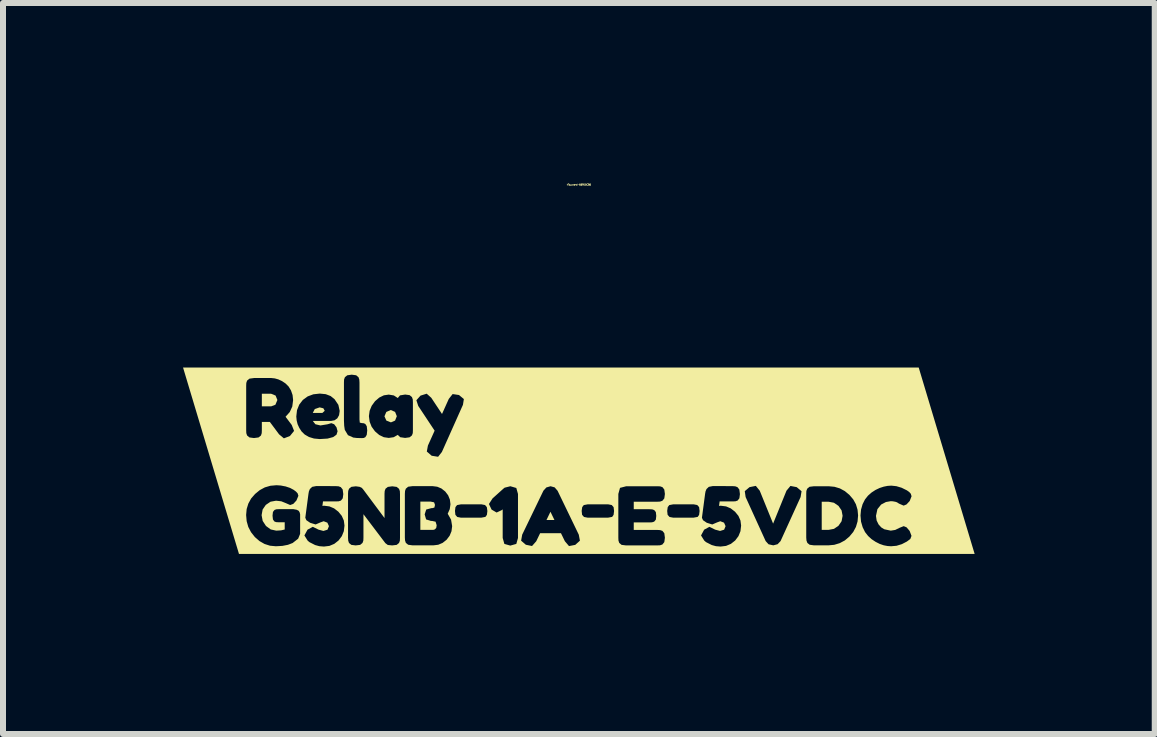
<source format=kicad_pcb>
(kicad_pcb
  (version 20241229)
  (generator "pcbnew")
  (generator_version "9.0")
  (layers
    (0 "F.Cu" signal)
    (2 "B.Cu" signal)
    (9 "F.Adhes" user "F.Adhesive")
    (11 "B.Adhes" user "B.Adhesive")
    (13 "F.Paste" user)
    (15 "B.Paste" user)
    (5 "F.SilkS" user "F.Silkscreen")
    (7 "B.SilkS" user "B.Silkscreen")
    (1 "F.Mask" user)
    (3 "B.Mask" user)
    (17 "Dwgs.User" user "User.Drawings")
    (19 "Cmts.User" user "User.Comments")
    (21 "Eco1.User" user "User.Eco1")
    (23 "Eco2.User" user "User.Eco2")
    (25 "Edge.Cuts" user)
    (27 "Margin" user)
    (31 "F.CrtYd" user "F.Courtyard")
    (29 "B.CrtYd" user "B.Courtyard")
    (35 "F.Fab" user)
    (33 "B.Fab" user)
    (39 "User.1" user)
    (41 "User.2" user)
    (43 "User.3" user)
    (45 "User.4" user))
  (footprint "kibuzzard-66915CB6"
    (layer "F.Cu")
    (at 6.595 4.627)
    (property "Reference" "kibuzzard-66915CB6" (at 0 -4.601 0) (layer "F.SilkS") (effects (font (size 0.025 0.025) (thickness 0.15))))
    (attr board_only exclude_from_pos_files exclude_from_bom)
    (fp_poly (pts (xy -0.473 0.85) (xy -0.539 0.987) (xy -0.407 0.987) (xy -0.473 0.85)) (stroke (width 0) (type solid)) (fill yes) (layer "F.SilkS"))
    (fp_poly (pts (xy -4.433 -0.797) (xy -4.273 -0.797) (xy -4.234 -0.832) (xy -4.257 -0.874) (xy -4.319 -0.889) (xy -4.4 -0.861) (xy -4.433 -0.797)) (stroke (width 0) (type solid)) (fill yes) (layer "F.SilkS"))
    (fp_poly (pts (xy -5.282 -0.907) (xy -5.124 -0.907) (xy -5.056 -0.933) (xy -5.023 -1.012) (xy -5.053 -1.086) (xy -5.127 -1.116) (xy -5.282 -1.116) (xy -5.282 -0.907)) (stroke (width 0) (type solid)) (fill yes) (layer "F.SilkS"))
    (fp_poly (pts (xy -3.131 -0.639) (xy -3.062 -0.669) (xy -3.033 -0.742) (xy -3.062 -0.814) (xy -3.134 -0.845) (xy -3.208 -0.813) (xy -3.239 -0.74) (xy -3.207 -0.669) (xy -3.131 -0.639)) (stroke (width 0) (type solid)) (fill yes) (layer "F.SilkS"))
    (fp_poly (pts (xy 4.047 1.152) (xy 4.161 1.152) (xy 4.251 1.135) (xy 4.326 1.084) (xy 4.378 1.008) (xy 4.395 0.918) (xy 4.378 0.828) (xy 4.326 0.752) (xy 4.25 0.7) (xy 4.16 0.683) (xy 4.047 0.683) (xy 4.047 1.152)) (stroke (width 0) (type solid)) (fill yes) (layer "F.SilkS"))
    (fp_poly (pts (xy -2.641 1.152) (xy -2.439 1.152) (xy -2.419 1.151) (xy -2.398 1.143) (xy -2.376 1.119) (xy -2.369 1.075) (xy -2.387 1.016) (xy -2.446 1.003) (xy -2.464 1.003) (xy -2.545 0.978) (xy -2.569 0.894) (xy -2.543 0.813) (xy -2.457 0.79) (xy -2.441 0.79) (xy -2.407 0.78) (xy -2.397 0.736) (xy -2.412 0.693) (xy -2.47 0.681) (xy -2.641 0.681) (xy -2.641 1.152)) (stroke (width 0) (type solid)) (fill yes) (layer "F.SilkS"))
    (fp_poly (pts (xy -5.544 -1.553) (xy -5.663 -1.553) (xy -6.595 -1.553) (xy -5.663 1.553) (xy -5.544 1.553) (xy -5.048 1.553) (xy -5.048 1.425) (xy -5.146 1.416) (xy -5.237 1.387) (xy -5.321 1.339) (xy -5.398 1.272) (xy -5.462 1.191) (xy -5.508 1.103) (xy -5.535 1.007) (xy -5.544 0.904) (xy -5.535 0.805) (xy -5.507 0.714) (xy -5.461 0.63) (xy -5.395 0.554) (xy -5.317 0.49) (xy -5.232 0.444) (xy -5.139 0.417) (xy -5.038 0.408) (xy -4.965 0.413) (xy -4.915 0.423) (xy -4.915 -0.373) (xy -4.995 -0.44) (xy -5.149 -0.647) (xy -5.282 -0.647) (xy -5.282 -0.508) (xy -5.284 -0.459) (xy -5.297 -0.42) (xy -5.337 -0.388) (xy -5.413 -0.378) (xy -5.488 -0.388) (xy -5.528 -0.421) (xy -5.541 -0.46) (xy -5.543 -0.51) (xy -5.543 -1.248) (xy -5.541 -1.296) (xy -5.528 -1.335) (xy -5.488 -1.368) (xy -5.412 -1.378) (xy -5.124 -1.378) (xy -5.066 -1.372) (xy -5.006 -1.355) (xy -4.946 -1.327) (xy -4.889 -1.289) (xy -4.838 -1.239) (xy -4.797 -1.173) (xy -4.77 -1.095) (xy -4.761 -1.01) (xy -4.775 -0.903) (xy -4.817 -0.811) (xy -4.887 -0.733) (xy -4.784 -0.596) (xy -4.745 -0.497) (xy -4.814 -0.412) (xy -4.915 -0.373) (xy -4.915 0.423) (xy -4.887 0.428) (xy -4.812 0.453) (xy -4.752 0.485) (xy -4.713 0.514) (xy -4.686 0.543) (xy -4.673 0.584) (xy -4.706 0.663) (xy -4.758 0.719) (xy -4.81 0.738) (xy -4.886 0.705) (xy -4.958 0.676) (xy -5.045 0.666) (xy -5.138 0.683) (xy -5.216 0.736) (xy -5.269 0.813) (xy -5.286 0.907) (xy -5.268 1.003) (xy -5.213 1.087) (xy -5.134 1.145) (xy -5.042 1.165) (xy -4.961 1.16) (xy -4.901 1.146) (xy -4.901 1.025) (xy -5.006 1.025) (xy -5.044 1.023) (xy -5.073 1.012) (xy -5.097 0.979) (xy -5.104 0.915) (xy -5.097 0.853) (xy -5.071 0.82) (xy -5.04 0.809) (xy -5.002 0.807) (xy -4.755 0.807) (xy -4.701 0.817) (xy -4.667 0.835) (xy -4.651 0.863) (xy -4.644 0.894) (xy -4.644 0.929) (xy -4.644 1.218) (xy -4.677 1.299) (xy -4.769 1.371) (xy -4.847 1.401) (xy -4.94 1.419) (xy -5.048 1.425) (xy -5.048 1.553) (xy -4.247 1.553) (xy -4.247 1.43) (xy -4.324 1.424) (xy -4.394 1.405) (xy -4.49 1.356) (xy -4.519 1.331) (xy -4.573 1.245) (xy -4.521 1.149) (xy -4.433 1.101) (xy -4.338 1.148) (xy -4.256 1.17) (xy -4.188 1.149) (xy -4.164 1.09) (xy -4.19 1.032) (xy -4.252 1.008) (xy -4.307 1.028) (xy -4.386 1.062) (xy -4.477 1.034) (xy -4.54 0.991) (xy -4.558 0.95) (xy -4.505 0.55) (xy -4.498 0.511) (xy -4.482 0.472) (xy -4.443 0.435) (xy -4.376 0.422) (xy -4.317 0.422) (xy -4.317 -0.361) (xy -4.413 -0.37) (xy -4.498 -0.396) (xy -4.568 -0.437) (xy -4.62 -0.488) (xy -4.658 -0.547) (xy -4.686 -0.608) (xy -4.702 -0.672) (xy -4.708 -0.737) (xy -4.696 -0.843) (xy -4.659 -0.935) (xy -4.599 -1.013) (xy -4.518 -1.072) (xy -4.424 -1.107) (xy -4.316 -1.119) (xy -4.217 -1.109) (xy -4.136 -1.078) (xy -4.071 -1.026) (xy -4.007 -0.931) (xy -3.985 -0.83) (xy -3.995 -0.759) (xy -4.025 -0.706) (xy -4.07 -0.674) (xy -4.129 -0.663) (xy -4.433 -0.663) (xy -4.39 -0.608) (xy -4.306 -0.588) (xy -4.19 -0.607) (xy -4.124 -0.626) (xy -4.077 -0.608) (xy -4.038 -0.557) (xy -4.02 -0.491) (xy -4.038 -0.434) (xy -4.094 -0.394) (xy -4.187 -0.369) (xy -4.317 -0.361) (xy -4.317 0.422) (xy -4.053 0.423) (xy -4.004 0.426) (xy -3.966 0.44) (xy -3.935 0.479) (xy -3.925 0.556) (xy -3.934 0.626) (xy -3.964 0.664) (xy -4.001 0.676) (xy -4.046 0.678) (xy -4.263 0.678) (xy -4.273 0.753) (xy -4.249 0.75) (xy -4.242 0.75) (xy -4.156 0.761) (xy -4.078 0.794) (xy -4.006 0.85) (xy -3.95 0.919) (xy -3.916 0.996) (xy -3.905 1.08) (xy -3.916 1.174) (xy -3.949 1.256) (xy -4.004 1.329) (xy -4.075 1.385) (xy -4.156 1.419) (xy -4.247 1.43) (xy -4.247 1.553) (xy -3.719 1.553) (xy -3.719 1.411) (xy -3.791 1.402) (xy -3.83 1.37) (xy -3.843 1.331) (xy -3.846 1.282) (xy -3.846 0.55) (xy -3.843 0.503) (xy -3.829 0.466) (xy -3.79 0.435) (xy -3.716 0.426) (xy -3.652 0.435) (xy -3.618 0.451) (xy -3.618 -0.377) (xy -3.698 -0.379) (xy -3.758 -0.386) (xy -3.847 -0.426) (xy -3.9 -0.515) (xy -3.91 -0.583) (xy -3.914 -0.67) (xy -3.914 -1.304) (xy -3.912 -1.353) (xy -3.898 -1.392) (xy -3.858 -1.424) (xy -3.784 -1.434) (xy -3.71 -1.424) (xy -3.671 -1.391) (xy -3.658 -1.351) (xy -3.655 -1.302) (xy -3.655 -0.686) (xy -3.65 -0.635) (xy -3.616 -0.627) (xy -3.586 -0.625) (xy -3.558 -0.613) (xy -3.534 -0.576) (xy -3.526 -0.505) (xy -3.534 -0.431) (xy -3.558 -0.392) (xy -3.586 -0.379) (xy -3.618 -0.377) (xy -3.618 0.451) (xy -3.616 0.452) (xy -3.591 0.481) (xy -3.238 0.955) (xy -3.238 0.55) (xy -3.235 0.504) (xy -3.221 0.466) (xy -3.182 0.436) (xy -3.109 0.426) (xy -3.035 0.436) (xy -2.996 0.468) (xy -2.982 0.507) (xy -2.98 0.556) (xy -2.98 1.283) (xy -2.982 1.332) (xy -2.996 1.37) (xy -3.035 1.402) (xy -3.11 1.411) (xy -3.183 1.404) (xy -3.224 1.373) (xy -3.589 0.891) (xy -3.589 1.283) (xy -3.591 1.332) (xy -3.605 1.37) (xy -3.644 1.402) (xy -3.719 1.411) (xy -3.719 1.553) (xy -2.77 1.553) (xy -2.77 1.41) (xy -2.844 1.4) (xy -2.883 1.368) (xy -2.896 1.328) (xy -2.899 1.279) (xy -2.899 0.552) (xy -2.896 0.504) (xy -2.895 0.501) (xy -2.895 -0.38) (xy -2.977 -0.392) (xy -3.017 -0.431) (xy -3.085 -0.392) (xy -3.167 -0.38) (xy -3.25 -0.392) (xy -3.326 -0.429) (xy -3.397 -0.49) (xy -3.453 -0.567) (xy -3.486 -0.651) (xy -3.498 -0.743) (xy -3.486 -0.832) (xy -3.452 -0.915) (xy -3.396 -0.992) (xy -3.325 -1.053) (xy -3.249 -1.09) (xy -3.167 -1.102) (xy -3.083 -1.088) (xy -3.017 -1.045) (xy -2.98 -1.089) (xy -2.894 -1.103) (xy -2.82 -1.093) (xy -2.781 -1.061) (xy -2.767 -1.021) (xy -2.765 -0.973) (xy -2.765 -0.508) (xy -2.767 -0.46) (xy -2.781 -0.422) (xy -2.821 -0.39) (xy -2.895 -0.38) (xy -2.895 0.501) (xy -2.883 0.466) (xy -2.844 0.433) (xy -2.769 0.423) (xy -2.439 0.423) (xy -2.36 0.433) (xy -2.345 0.439) (xy -2.345 -0.066) (xy -2.452 -0.083) (xy -2.533 -0.153) (xy -2.515 -0.252) (xy -2.403 -0.501) (xy -2.676 -0.913) (xy -2.707 -1.008) (xy -2.638 -1.085) (xy -2.535 -1.117) (xy -2.459 -1.049) (xy -2.28 -0.779) (xy -2.167 -1.03) (xy -2.103 -1.111) (xy -1.997 -1.095) (xy -1.916 -1.028) (xy -1.931 -0.932) (xy -2.282 -0.146) (xy -2.345 -0.066) (xy -2.345 0.439) (xy -2.289 0.463) (xy -2.226 0.513) (xy -2.178 0.576) (xy -2.149 0.647) (xy -2.139 0.725) (xy -2.151 0.807) (xy -2.185 0.883) (xy -2.129 0.982) (xy -2.111 1.09) (xy -2.122 1.175) (xy -2.153 1.25) (xy -2.204 1.317) (xy -2.27 1.369) (xy -2.343 1.4) (xy -2.425 1.41) (xy -2.77 1.41) (xy -2.77 1.553) (xy -1.627 1.553) (xy -1.627 0.949) (xy -1.963 0.949) (xy -2.026 0.937) (xy -2.057 0.901) (xy -2.064 0.836) (xy -2.056 0.773) (xy -2.029 0.739) (xy -1.961 0.726) (xy -1.626 0.726) (xy -1.563 0.738) (xy -1.533 0.773) (xy -1.524 0.838) (xy -1.532 0.902) (xy -1.557 0.936) (xy -1.627 0.949) (xy -1.627 1.553) (xy -1.142 1.553) (xy -1.142 1.414) (xy -1.241 1.386) (xy -1.269 1.286) (xy -1.269 0.81) (xy -1.283 0.822) (xy -1.37 0.863) (xy -1.454 0.814) (xy -1.498 0.721) (xy -1.438 0.628) (xy -1.259 0.467) (xy -1.237 0.449) (xy -1.141 0.425) (xy -1.042 0.454) (xy -1.014 0.554) (xy -1.014 1.287) (xy -1.042 1.386) (xy -1.142 1.414) (xy -1.142 1.553) (xy -0.164 1.553) (xy -0.164 1.422) (xy -0.233 1.341) (xy -0.298 1.207) (xy -0.645 1.207) (xy -0.71 1.342) (xy -0.78 1.421) (xy -0.883 1.4) (xy -0.962 1.332) (xy -0.944 1.232) (xy -0.59 0.499) (xy -0.541 0.445) (xy -0.471 0.425) (xy -0.403 0.444) (xy -0.354 0.501) (xy -0.001 1.232) (xy 0.018 1.332) (xy -0.06 1.402) (xy -0.164 1.422) (xy -0.164 1.553) (xy 0.484 1.553) (xy 0.484 0.949) (xy 0.149 0.949) (xy 0.086 0.937) (xy 0.054 0.901) (xy 0.047 0.836) (xy 0.056 0.773) (xy 0.082 0.739) (xy 0.15 0.726) (xy 0.486 0.726) (xy 0.548 0.738) (xy 0.579 0.773) (xy 0.587 0.838) (xy 0.579 0.902) (xy 0.555 0.936) (xy 0.484 0.949) (xy 0.484 1.553) (xy 0.786 1.553) (xy 0.786 1.411) (xy 0.712 1.402) (xy 0.673 1.369) (xy 0.66 1.33) (xy 0.658 1.282) (xy 0.658 0.553) (xy 0.686 0.452) (xy 0.79 0.425) (xy 1.306 0.425) (xy 1.355 0.427) (xy 1.393 0.44) (xy 1.424 0.48) (xy 1.434 0.554) (xy 1.424 0.628) (xy 1.392 0.667) (xy 1.353 0.681) (xy 1.304 0.683) (xy 0.915 0.683) (xy 0.915 0.808) (xy 1.176 0.808) (xy 1.222 0.81) (xy 1.256 0.822) (xy 1.283 0.855) (xy 1.29 0.919) (xy 1.283 0.982) (xy 1.255 1.015) (xy 1.22 1.026) (xy 1.173 1.028) (xy 0.915 1.028) (xy 0.915 1.153) (xy 1.306 1.153) (xy 1.355 1.156) (xy 1.393 1.169) (xy 1.424 1.208) (xy 1.434 1.283) (xy 1.424 1.356) (xy 1.392 1.396) (xy 1.353 1.409) (xy 1.304 1.411) (xy 0.786 1.411) (xy 0.786 1.553) (xy 1.909 1.553) (xy 1.909 0.949) (xy 1.574 0.949) (xy 1.511 0.937) (xy 1.479 0.901) (xy 1.472 0.836) (xy 1.481 0.773) (xy 1.507 0.739) (xy 1.575 0.726) (xy 1.911 0.726) (xy 1.973 0.738) (xy 2.004 0.773) (xy 2.012 0.838) (xy 2.004 0.902) (xy 1.98 0.936) (xy 1.909 0.949) (xy 1.909 1.553) (xy 2.362 1.553) (xy 2.362 1.43) (xy 2.285 1.424) (xy 2.215 1.405) (xy 2.119 1.356) (xy 2.09 1.331) (xy 2.036 1.245) (xy 2.088 1.149) (xy 2.176 1.101) (xy 2.271 1.148) (xy 2.353 1.17) (xy 2.421 1.149) (xy 2.445 1.09) (xy 2.419 1.032) (xy 2.357 1.008) (xy 2.302 1.028) (xy 2.223 1.062) (xy 2.132 1.034) (xy 2.069 0.991) (xy 2.051 0.95) (xy 2.104 0.55) (xy 2.111 0.511) (xy 2.127 0.472) (xy 2.166 0.435) (xy 2.233 0.422) (xy 2.556 0.423) (xy 2.605 0.426) (xy 2.643 0.44) (xy 2.674 0.479) (xy 2.684 0.556) (xy 2.675 0.626) (xy 2.645 0.664) (xy 2.608 0.676) (xy 2.563 0.678) (xy 2.346 0.678) (xy 2.336 0.753) (xy 2.36 0.75) (xy 2.367 0.75) (xy 2.453 0.761) (xy 2.531 0.794) (xy 2.603 0.85) (xy 2.659 0.919) (xy 2.693 0.996) (xy 2.704 1.08) (xy 2.693 1.174) (xy 2.66 1.256) (xy 2.605 1.329) (xy 2.534 1.385) (xy 2.453 1.419) (xy 2.362 1.43) (xy 2.362 1.553) (xy 3.24 1.553) (xy 3.24 1.41) (xy 3.161 1.392) (xy 3.113 1.339) (xy 2.779 0.605) (xy 2.765 0.507) (xy 2.844 0.44) (xy 2.949 0.419) (xy 3.014 0.499) (xy 3.237 1.048) (xy 3.46 0.499) (xy 3.526 0.42) (xy 3.63 0.44) (xy 3.711 0.508) (xy 3.695 0.605) (xy 3.361 1.339) (xy 3.312 1.391) (xy 3.24 1.41) (xy 3.24 1.553) (xy 3.918 1.553) (xy 3.918 1.41) (xy 3.846 1.4) (xy 3.808 1.37) (xy 3.793 1.33) (xy 3.789 1.28) (xy 3.789 0.552) (xy 3.791 0.504) (xy 3.805 0.466) (xy 3.844 0.434) (xy 3.919 0.425) (xy 4.161 0.425) (xy 4.259 0.434) (xy 4.349 0.461) (xy 4.432 0.506) (xy 4.508 0.569) (xy 4.572 0.644) (xy 4.617 0.726) (xy 4.644 0.816) (xy 4.653 0.912) (xy 4.644 1.012) (xy 4.617 1.103) (xy 4.572 1.187) (xy 4.508 1.264) (xy 4.432 1.328) (xy 4.348 1.373) (xy 4.256 1.401) (xy 4.157 1.41) (xy 3.918 1.41) (xy 3.918 1.553) (xy 5.203 1.553) (xy 5.203 1.425) (xy 5.143 1.421) (xy 5.08 1.409) (xy 5.013 1.386) (xy 4.944 1.351) (xy 4.878 1.307) (xy 4.82 1.254) (xy 4.769 1.189) (xy 4.729 1.108) (xy 4.702 1.015) (xy 4.693 0.912) (xy 4.702 0.814) (xy 4.728 0.724) (xy 4.768 0.645) (xy 4.818 0.582) (xy 4.877 0.53) (xy 4.943 0.487) (xy 5.012 0.454) (xy 5.08 0.432) (xy 5.145 0.419) (xy 5.207 0.415) (xy 5.291 0.424) (xy 5.378 0.45) (xy 5.467 0.494) (xy 5.505 0.521) (xy 5.531 0.55) (xy 5.544 0.592) (xy 5.513 0.671) (xy 5.46 0.728) (xy 5.412 0.748) (xy 5.336 0.715) (xy 5.326 0.709) (xy 5.314 0.701) (xy 5.301 0.693) (xy 5.282 0.686) (xy 5.259 0.681) (xy 5.231 0.676) (xy 5.197 0.674) (xy 5.117 0.688) (xy 5.037 0.73) (xy 4.975 0.807) (xy 4.951 0.919) (xy 4.962 0.996) (xy 4.994 1.061) (xy 5.039 1.111) (xy 5.09 1.142) (xy 5.197 1.165) (xy 5.272 1.153) (xy 5.343 1.118) (xy 5.413 1.09) (xy 5.461 1.11) (xy 5.512 1.17) (xy 5.543 1.252) (xy 5.523 1.304) (xy 5.465 1.347) (xy 5.382 1.39) (xy 5.294 1.417) (xy 5.203 1.425) (xy 5.203 1.553) (xy 5.544 1.553) (xy 5.663 1.553) (xy 6.595 1.553) (xy 5.663 -1.553) (xy 5.544 -1.553) (xy -5.544 -1.553)) (stroke (width 0) (type solid)) (fill yes) (layer "F.SilkS")))
  (gr_rect
    (start -3 -3)
    (end 16.191 9.18)
    (stroke (width 0.1) (type default))
    (fill no)
    (layer "Edge.Cuts")))
</source>
